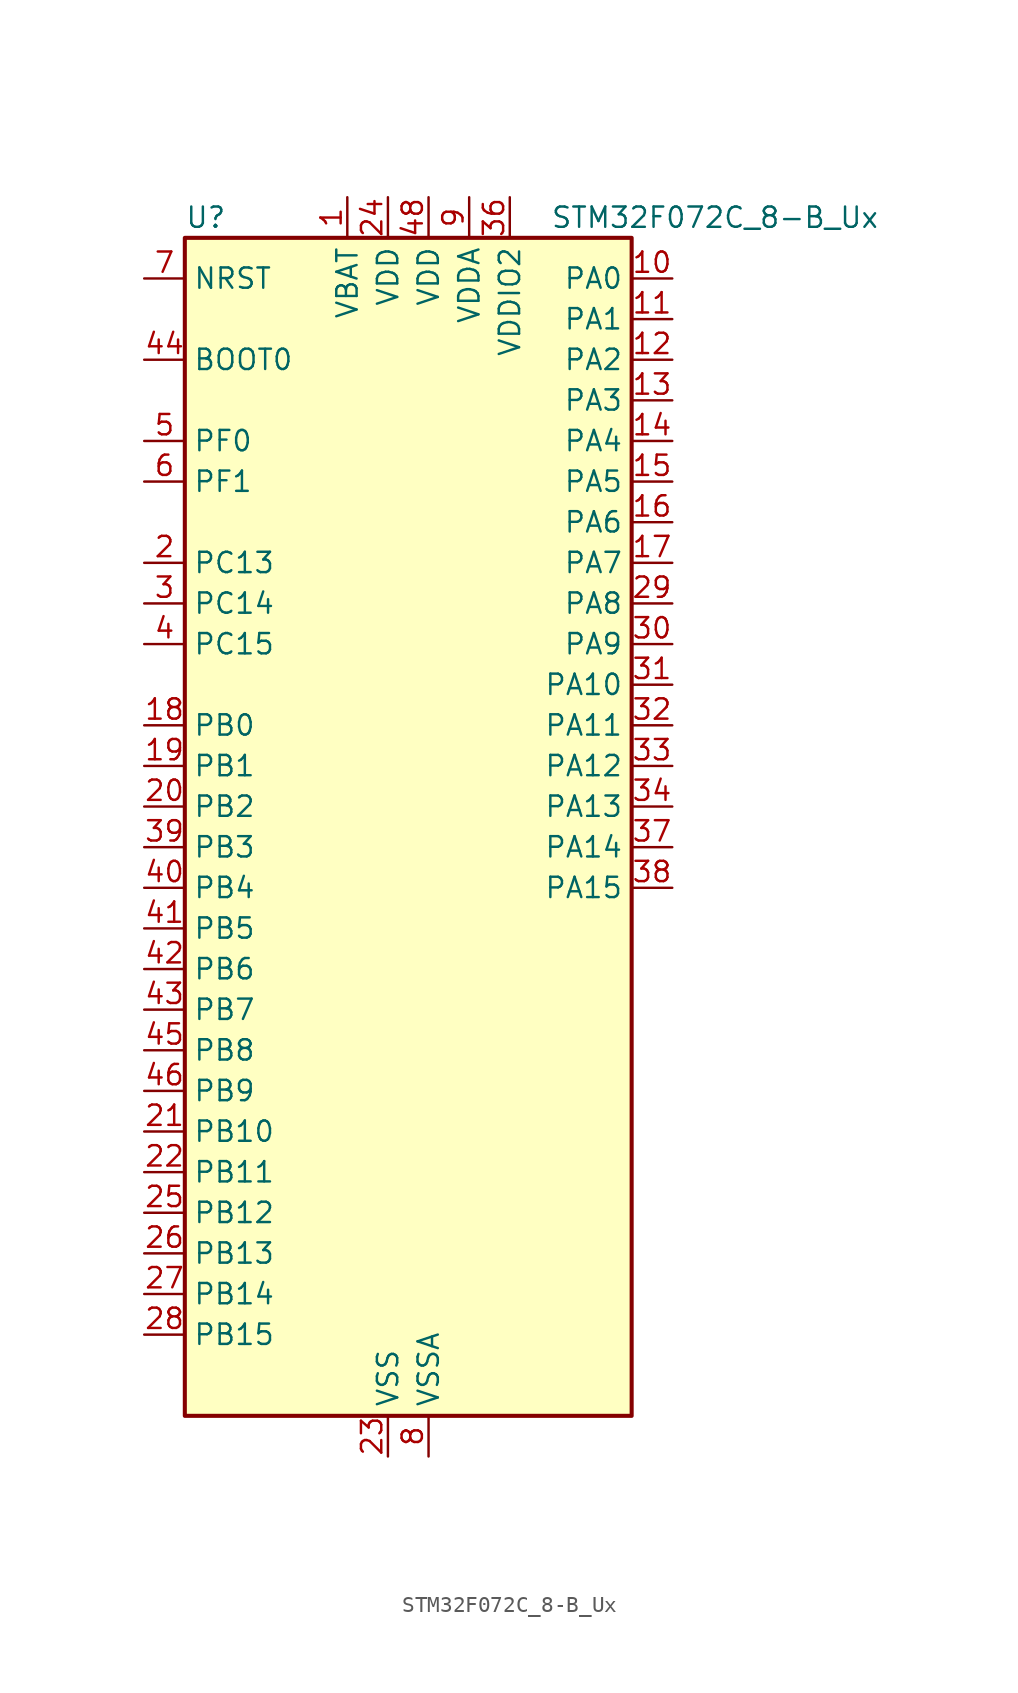
<source format=kicad_sym>
(kicad_symbol_lib
  (version 20220914)
  (generator kicad_symbol_editor)
  (symbol "STM32F072C_8-B_Ux"
    (property "Reference" "U"
      (at -12.7 39.37 0)
      (effects (font (size 1.27 1.27)) (justify left)))
    (property "Value" "STM32F072C_8-B_Ux"
      (at 10.16 39.37 0)
      (effects (font (size 1.27 1.27)) (justify left)))
    (property "ki_locked" ""
      (at 0 0 0)
      (effects (font (size 1.27 1.27))))
    (symbol "STM32F072C_8-B_Ux_0_1"
      (rectangle (start -12.7 -35.56) (end 15.24 38.1) (stroke (width 0.254) (type default)) (fill (type background))))
    (symbol "STM32F072C_8-B_Ux_1_1"
      (pin power_in line (at -2.54 40.64 270) (length 2.54) (name "VBAT" (effects (font (size 1.27 1.27)))) (number "1" (effects (font (size 1.27 1.27)))))
      (pin bidirectional line (at 17.78 35.56 180) (length 2.54) (name "PA0" (effects (font (size 1.27 1.27)))) (number "10" (effects (font (size 1.27 1.27)))) (alternate "ADC_IN0" bidirectional line) (alternate "COMP1_INM" bidirectional line) (alternate "COMP1_OUT" bidirectional line) (alternate "RTC_TAMP2" bidirectional line) (alternate "SYS_WKUP1" bidirectional line) (alternate "TIM2_CH1" bidirectional line) (alternate "TIM2_ETR" bidirectional line) (alternate "TSC_G1_IO1" bidirectional line) (alternate "USART2_CTS" bidirectional line) (alternate "USART4_TX" bidirectional line))
      (pin bidirectional line (at 17.78 33.02 180) (length 2.54) (name "PA1" (effects (font (size 1.27 1.27)))) (number "11" (effects (font (size 1.27 1.27)))) (alternate "ADC_IN1" bidirectional line) (alternate "COMP1_INP" bidirectional line) (alternate "TIM15_CH1N" bidirectional line) (alternate "TIM2_CH2" bidirectional line) (alternate "TSC_G1_IO2" bidirectional line) (alternate "USART2_DE" bidirectional line) (alternate "USART2_RTS" bidirectional line) (alternate "USART4_RX" bidirectional line))
      (pin bidirectional line (at 17.78 30.48 180) (length 2.54) (name "PA2" (effects (font (size 1.27 1.27)))) (number "12" (effects (font (size 1.27 1.27)))) (alternate "ADC_IN2" bidirectional line) (alternate "COMP2_INM" bidirectional line) (alternate "COMP2_OUT" bidirectional line) (alternate "SYS_WKUP4" bidirectional line) (alternate "TIM15_CH1" bidirectional line) (alternate "TIM2_CH3" bidirectional line) (alternate "TSC_G1_IO3" bidirectional line) (alternate "USART2_TX" bidirectional line))
      (pin bidirectional line (at 17.78 27.94 180) (length 2.54) (name "PA3" (effects (font (size 1.27 1.27)))) (number "13" (effects (font (size 1.27 1.27)))) (alternate "ADC_IN3" bidirectional line) (alternate "COMP2_INP" bidirectional line) (alternate "TIM15_CH2" bidirectional line) (alternate "TIM2_CH4" bidirectional line) (alternate "TSC_G1_IO4" bidirectional line) (alternate "USART2_RX" bidirectional line))
      (pin bidirectional line (at 17.78 25.4 180) (length 2.54) (name "PA4" (effects (font (size 1.27 1.27)))) (number "14" (effects (font (size 1.27 1.27)))) (alternate "ADC_IN4" bidirectional line) (alternate "COMP1_INM" bidirectional line) (alternate "COMP2_INM" bidirectional line) (alternate "DAC_OUT1" bidirectional line) (alternate "I2S1_WS" bidirectional line) (alternate "SPI1_NSS" bidirectional line) (alternate "TIM14_CH1" bidirectional line) (alternate "TSC_G2_IO1" bidirectional line) (alternate "USART2_CK" bidirectional line))
      (pin bidirectional line (at 17.78 22.86 180) (length 2.54) (name "PA5" (effects (font (size 1.27 1.27)))) (number "15" (effects (font (size 1.27 1.27)))) (alternate "ADC_IN5" bidirectional line) (alternate "CEC" bidirectional line) (alternate "COMP1_INM" bidirectional line) (alternate "COMP2_INM" bidirectional line) (alternate "DAC_OUT2" bidirectional line) (alternate "I2S1_CK" bidirectional line) (alternate "SPI1_SCK" bidirectional line) (alternate "TIM2_CH1" bidirectional line) (alternate "TIM2_ETR" bidirectional line) (alternate "TSC_G2_IO2" bidirectional line))
      (pin bidirectional line (at 17.78 20.32 180) (length 2.54) (name "PA6" (effects (font (size 1.27 1.27)))) (number "16" (effects (font (size 1.27 1.27)))) (alternate "ADC_IN6" bidirectional line) (alternate "COMP1_OUT" bidirectional line) (alternate "I2S1_MCK" bidirectional line) (alternate "SPI1_MISO" bidirectional line) (alternate "TIM16_CH1" bidirectional line) (alternate "TIM1_BKIN" bidirectional line) (alternate "TIM3_CH1" bidirectional line) (alternate "TSC_G2_IO3" bidirectional line) (alternate "USART3_CTS" bidirectional line))
      (pin bidirectional line (at 17.78 17.78 180) (length 2.54) (name "PA7" (effects (font (size 1.27 1.27)))) (number "17" (effects (font (size 1.27 1.27)))) (alternate "ADC_IN7" bidirectional line) (alternate "COMP2_OUT" bidirectional line) (alternate "I2S1_SD" bidirectional line) (alternate "SPI1_MOSI" bidirectional line) (alternate "TIM14_CH1" bidirectional line) (alternate "TIM17_CH1" bidirectional line) (alternate "TIM1_CH1N" bidirectional line) (alternate "TIM3_CH2" bidirectional line) (alternate "TSC_G2_IO4" bidirectional line))
      (pin bidirectional line (at -15.24 7.62 0) (length 2.54) (name "PB0" (effects (font (size 1.27 1.27)))) (number "18" (effects (font (size 1.27 1.27)))) (alternate "ADC_IN8" bidirectional line) (alternate "TIM1_CH2N" bidirectional line) (alternate "TIM3_CH3" bidirectional line) (alternate "TSC_G3_IO2" bidirectional line) (alternate "USART3_CK" bidirectional line))
      (pin bidirectional line (at -15.24 5.08 0) (length 2.54) (name "PB1" (effects (font (size 1.27 1.27)))) (number "19" (effects (font (size 1.27 1.27)))) (alternate "ADC_IN9" bidirectional line) (alternate "TIM14_CH1" bidirectional line) (alternate "TIM1_CH3N" bidirectional line) (alternate "TIM3_CH4" bidirectional line) (alternate "TSC_G3_IO3" bidirectional line) (alternate "USART3_DE" bidirectional line) (alternate "USART3_RTS" bidirectional line))
      (pin bidirectional line (at -15.24 17.78 0) (length 2.54) (name "PC13" (effects (font (size 1.27 1.27)))) (number "2" (effects (font (size 1.27 1.27)))) (alternate "RTC_OUT_ALARM" bidirectional line) (alternate "RTC_OUT_CALIB" bidirectional line) (alternate "RTC_TAMP1" bidirectional line) (alternate "RTC_TS" bidirectional line) (alternate "SYS_WKUP2" bidirectional line))
      (pin bidirectional line (at -15.24 2.54 0) (length 2.54) (name "PB2" (effects (font (size 1.27 1.27)))) (number "20" (effects (font (size 1.27 1.27)))) (alternate "TSC_G3_IO4" bidirectional line))
      (pin bidirectional line (at -15.24 -17.78 0) (length 2.54) (name "PB10" (effects (font (size 1.27 1.27)))) (number "21" (effects (font (size 1.27 1.27)))) (alternate "CEC" bidirectional line) (alternate "I2C2_SCL" bidirectional line) (alternate "I2S2_CK" bidirectional line) (alternate "SPI2_SCK" bidirectional line) (alternate "TIM2_CH3" bidirectional line) (alternate "TSC_SYNC" bidirectional line) (alternate "USART3_TX" bidirectional line))
      (pin bidirectional line (at -15.24 -20.32 0) (length 2.54) (name "PB11" (effects (font (size 1.27 1.27)))) (number "22" (effects (font (size 1.27 1.27)))) (alternate "I2C2_SDA" bidirectional line) (alternate "TIM2_CH4" bidirectional line) (alternate "TSC_G6_IO1" bidirectional line) (alternate "USART3_RX" bidirectional line))
      (pin power_in line (at 0 -38.1 90) (length 2.54) (name "VSS" (effects (font (size 1.27 1.27)))) (number "23" (effects (font (size 1.27 1.27)))))
      (pin power_in line (at 0 40.64 270) (length 2.54) (name "VDD" (effects (font (size 1.27 1.27)))) (number "24" (effects (font (size 1.27 1.27)))))
      (pin bidirectional line (at -15.24 -22.86 0) (length 2.54) (name "PB12" (effects (font (size 1.27 1.27)))) (number "25" (effects (font (size 1.27 1.27)))) (alternate "I2S2_WS" bidirectional line) (alternate "SPI2_NSS" bidirectional line) (alternate "TIM15_BKIN" bidirectional line) (alternate "TIM1_BKIN" bidirectional line) (alternate "TSC_G6_IO2" bidirectional line) (alternate "USART3_CK" bidirectional line))
      (pin bidirectional line (at -15.24 -25.4 0) (length 2.54) (name "PB13" (effects (font (size 1.27 1.27)))) (number "26" (effects (font (size 1.27 1.27)))) (alternate "I2C2_SCL" bidirectional line) (alternate "I2S2_CK" bidirectional line) (alternate "SPI2_SCK" bidirectional line) (alternate "TIM1_CH1N" bidirectional line) (alternate "TSC_G6_IO3" bidirectional line) (alternate "USART3_CTS" bidirectional line))
      (pin bidirectional line (at -15.24 -27.94 0) (length 2.54) (name "PB14" (effects (font (size 1.27 1.27)))) (number "27" (effects (font (size 1.27 1.27)))) (alternate "I2C2_SDA" bidirectional line) (alternate "I2S2_MCK" bidirectional line) (alternate "SPI2_MISO" bidirectional line) (alternate "TIM15_CH1" bidirectional line) (alternate "TIM1_CH2N" bidirectional line) (alternate "TSC_G6_IO4" bidirectional line) (alternate "USART3_DE" bidirectional line) (alternate "USART3_RTS" bidirectional line))
      (pin bidirectional line (at -15.24 -30.48 0) (length 2.54) (name "PB15" (effects (font (size 1.27 1.27)))) (number "28" (effects (font (size 1.27 1.27)))) (alternate "I2S2_SD" bidirectional line) (alternate "RTC_REFIN" bidirectional line) (alternate "SPI2_MOSI" bidirectional line) (alternate "SYS_WKUP7" bidirectional line) (alternate "TIM15_CH1N" bidirectional line) (alternate "TIM15_CH2" bidirectional line) (alternate "TIM1_CH3N" bidirectional line))
      (pin bidirectional line (at 17.78 15.24 180) (length 2.54) (name "PA8" (effects (font (size 1.27 1.27)))) (number "29" (effects (font (size 1.27 1.27)))) (alternate "CRS_SYNC" bidirectional line) (alternate "RCC_MCO" bidirectional line) (alternate "TIM1_CH1" bidirectional line) (alternate "USART1_CK" bidirectional line))
      (pin bidirectional line (at -15.24 15.24 0) (length 2.54) (name "PC14" (effects (font (size 1.27 1.27)))) (number "3" (effects (font (size 1.27 1.27)))) (alternate "RCC_OSC32_IN" bidirectional line))
      (pin bidirectional line (at 17.78 12.7 180) (length 2.54) (name "PA9" (effects (font (size 1.27 1.27)))) (number "30" (effects (font (size 1.27 1.27)))) (alternate "DAC_EXTI9" bidirectional line) (alternate "TIM15_BKIN" bidirectional line) (alternate "TIM1_CH2" bidirectional line) (alternate "TSC_G4_IO1" bidirectional line) (alternate "USART1_TX" bidirectional line))
      (pin bidirectional line (at 17.78 10.16 180) (length 2.54) (name "PA10" (effects (font (size 1.27 1.27)))) (number "31" (effects (font (size 1.27 1.27)))) (alternate "TIM17_BKIN" bidirectional line) (alternate "TIM1_CH3" bidirectional line) (alternate "TSC_G4_IO2" bidirectional line) (alternate "USART1_RX" bidirectional line))
      (pin bidirectional line (at 17.78 7.62 180) (length 2.54) (name "PA11" (effects (font (size 1.27 1.27)))) (number "32" (effects (font (size 1.27 1.27)))) (alternate "CAN_RX" bidirectional line) (alternate "COMP1_OUT" bidirectional line) (alternate "TIM1_CH4" bidirectional line) (alternate "TSC_G4_IO3" bidirectional line) (alternate "USART1_CTS" bidirectional line) (alternate "USB_DM" bidirectional line))
      (pin bidirectional line (at 17.78 5.08 180) (length 2.54) (name "PA12" (effects (font (size 1.27 1.27)))) (number "33" (effects (font (size 1.27 1.27)))) (alternate "CAN_TX" bidirectional line) (alternate "COMP2_OUT" bidirectional line) (alternate "TIM1_ETR" bidirectional line) (alternate "TSC_G4_IO4" bidirectional line) (alternate "USART1_DE" bidirectional line) (alternate "USART1_RTS" bidirectional line) (alternate "USB_DP" bidirectional line))
      (pin bidirectional line (at 17.78 2.54 180) (length 2.54) (name "PA13" (effects (font (size 1.27 1.27)))) (number "34" (effects (font (size 1.27 1.27)))) (alternate "IR_OUT" bidirectional line) (alternate "SYS_SWDIO" bidirectional line) (alternate "USB_NOE" bidirectional line))
      (pin passive line (at 0 -38.1 90) (length 2.54) hide (name "VSS" (effects (font (size 1.27 1.27)))) (number "35" (effects (font (size 1.27 1.27)))))
      (pin power_in line (at 7.62 40.64 270) (length 2.54) (name "VDDIO2" (effects (font (size 1.27 1.27)))) (number "36" (effects (font (size 1.27 1.27)))))
      (pin bidirectional line (at 17.78 0 180) (length 2.54) (name "PA14" (effects (font (size 1.27 1.27)))) (number "37" (effects (font (size 1.27 1.27)))) (alternate "SYS_SWCLK" bidirectional line) (alternate "USART2_TX" bidirectional line))
      (pin bidirectional line (at 17.78 -2.54 180) (length 2.54) (name "PA15" (effects (font (size 1.27 1.27)))) (number "38" (effects (font (size 1.27 1.27)))) (alternate "I2S1_WS" bidirectional line) (alternate "SPI1_NSS" bidirectional line) (alternate "TIM2_CH1" bidirectional line) (alternate "TIM2_ETR" bidirectional line) (alternate "USART2_RX" bidirectional line) (alternate "USART4_DE" bidirectional line) (alternate "USART4_RTS" bidirectional line))
      (pin bidirectional line (at -15.24 0 0) (length 2.54) (name "PB3" (effects (font (size 1.27 1.27)))) (number "39" (effects (font (size 1.27 1.27)))) (alternate "I2S1_CK" bidirectional line) (alternate "SPI1_SCK" bidirectional line) (alternate "TIM2_CH2" bidirectional line) (alternate "TSC_G5_IO1" bidirectional line))
      (pin bidirectional line (at -15.24 12.7 0) (length 2.54) (name "PC15" (effects (font (size 1.27 1.27)))) (number "4" (effects (font (size 1.27 1.27)))) (alternate "RCC_OSC32_OUT" bidirectional line))
      (pin bidirectional line (at -15.24 -2.54 0) (length 2.54) (name "PB4" (effects (font (size 1.27 1.27)))) (number "40" (effects (font (size 1.27 1.27)))) (alternate "I2S1_MCK" bidirectional line) (alternate "SPI1_MISO" bidirectional line) (alternate "TIM17_BKIN" bidirectional line) (alternate "TIM3_CH1" bidirectional line) (alternate "TSC_G5_IO2" bidirectional line))
      (pin bidirectional line (at -15.24 -5.08 0) (length 2.54) (name "PB5" (effects (font (size 1.27 1.27)))) (number "41" (effects (font (size 1.27 1.27)))) (alternate "I2C1_SMBA" bidirectional line) (alternate "I2S1_SD" bidirectional line) (alternate "SPI1_MOSI" bidirectional line) (alternate "SYS_WKUP6" bidirectional line) (alternate "TIM16_BKIN" bidirectional line) (alternate "TIM3_CH2" bidirectional line))
      (pin bidirectional line (at -15.24 -7.62 0) (length 2.54) (name "PB6" (effects (font (size 1.27 1.27)))) (number "42" (effects (font (size 1.27 1.27)))) (alternate "I2C1_SCL" bidirectional line) (alternate "TIM16_CH1N" bidirectional line) (alternate "TSC_G5_IO3" bidirectional line) (alternate "USART1_TX" bidirectional line))
      (pin bidirectional line (at -15.24 -10.16 0) (length 2.54) (name "PB7" (effects (font (size 1.27 1.27)))) (number "43" (effects (font (size 1.27 1.27)))) (alternate "I2C1_SDA" bidirectional line) (alternate "TIM17_CH1N" bidirectional line) (alternate "TSC_G5_IO4" bidirectional line) (alternate "USART1_RX" bidirectional line) (alternate "USART4_CTS" bidirectional line))
      (pin input line (at -15.24 30.48 0) (length 2.54) (name "BOOT0" (effects (font (size 1.27 1.27)))) (number "44" (effects (font (size 1.27 1.27)))))
      (pin bidirectional line (at -15.24 -12.7 0) (length 2.54) (name "PB8" (effects (font (size 1.27 1.27)))) (number "45" (effects (font (size 1.27 1.27)))) (alternate "CAN_RX" bidirectional line) (alternate "CEC" bidirectional line) (alternate "I2C1_SCL" bidirectional line) (alternate "TIM16_CH1" bidirectional line) (alternate "TSC_SYNC" bidirectional line))
      (pin bidirectional line (at -15.24 -15.24 0) (length 2.54) (name "PB9" (effects (font (size 1.27 1.27)))) (number "46" (effects (font (size 1.27 1.27)))) (alternate "CAN_TX" bidirectional line) (alternate "DAC_EXTI9" bidirectional line) (alternate "I2C1_SDA" bidirectional line) (alternate "I2S2_WS" bidirectional line) (alternate "IR_OUT" bidirectional line) (alternate "SPI2_NSS" bidirectional line) (alternate "TIM17_CH1" bidirectional line))
      (pin passive line (at 0 -38.1 90) (length 2.54) hide (name "VSS" (effects (font (size 1.27 1.27)))) (number "47" (effects (font (size 1.27 1.27)))))
      (pin power_in line (at 2.54 40.64 270) (length 2.54) (name "VDD" (effects (font (size 1.27 1.27)))) (number "48" (effects (font (size 1.27 1.27)))))
      (pin passive line (at 0 -38.1 90) (length 2.54) hide (name "VSS" (effects (font (size 1.27 1.27)))) (number "49" (effects (font (size 1.27 1.27)))))
      (pin bidirectional line (at -15.24 25.4 0) (length 2.54) (name "PF0" (effects (font (size 1.27 1.27)))) (number "5" (effects (font (size 1.27 1.27)))) (alternate "CRS_SYNC" bidirectional line) (alternate "RCC_OSC_IN" bidirectional line))
      (pin bidirectional line (at -15.24 22.86 0) (length 2.54) (name "PF1" (effects (font (size 1.27 1.27)))) (number "6" (effects (font (size 1.27 1.27)))) (alternate "RCC_OSC_OUT" bidirectional line))
      (pin input line (at -15.24 35.56 0) (length 2.54) (name "NRST" (effects (font (size 1.27 1.27)))) (number "7" (effects (font (size 1.27 1.27)))))
      (pin power_in line (at 2.54 -38.1 90) (length 2.54) (name "VSSA" (effects (font (size 1.27 1.27)))) (number "8" (effects (font (size 1.27 1.27)))))
      (pin power_in line (at 5.08 40.64 270) (length 2.54) (name "VDDA" (effects (font (size 1.27 1.27)))) (number "9" (effects (font (size 1.27 1.27))))))))
</source>
